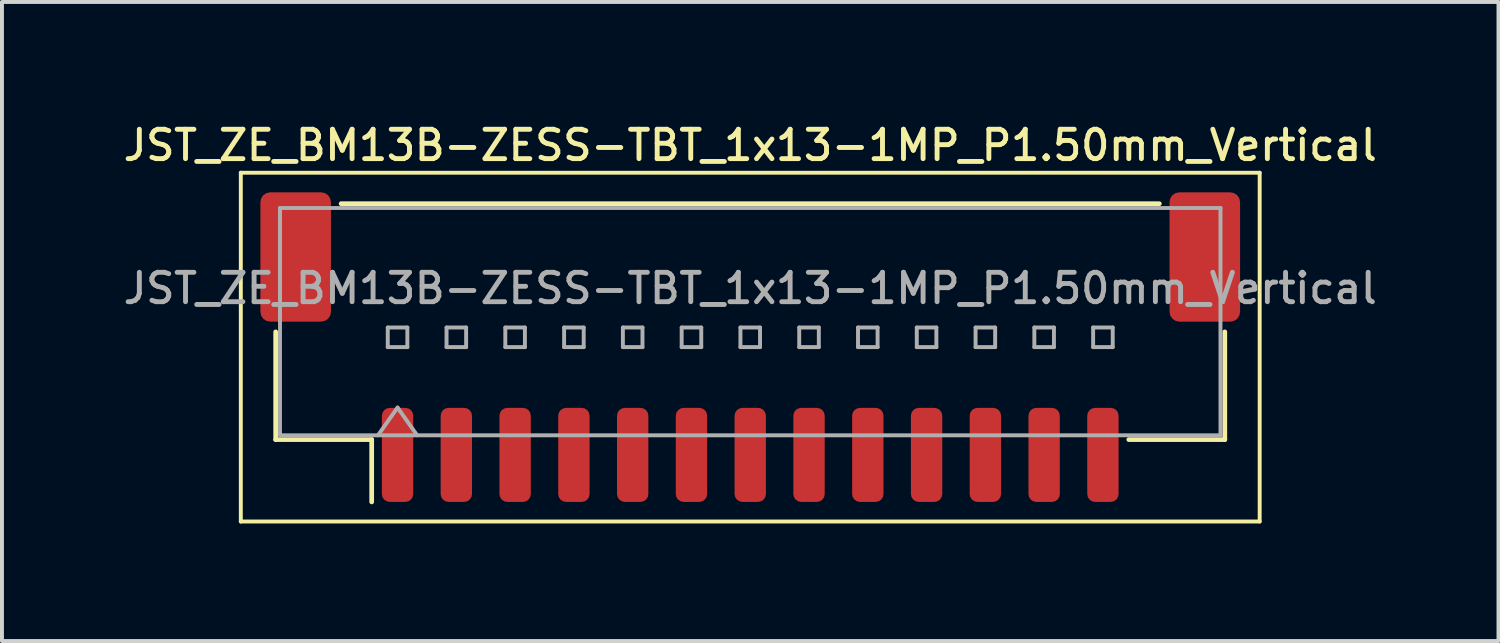
<source format=kicad_pcb>
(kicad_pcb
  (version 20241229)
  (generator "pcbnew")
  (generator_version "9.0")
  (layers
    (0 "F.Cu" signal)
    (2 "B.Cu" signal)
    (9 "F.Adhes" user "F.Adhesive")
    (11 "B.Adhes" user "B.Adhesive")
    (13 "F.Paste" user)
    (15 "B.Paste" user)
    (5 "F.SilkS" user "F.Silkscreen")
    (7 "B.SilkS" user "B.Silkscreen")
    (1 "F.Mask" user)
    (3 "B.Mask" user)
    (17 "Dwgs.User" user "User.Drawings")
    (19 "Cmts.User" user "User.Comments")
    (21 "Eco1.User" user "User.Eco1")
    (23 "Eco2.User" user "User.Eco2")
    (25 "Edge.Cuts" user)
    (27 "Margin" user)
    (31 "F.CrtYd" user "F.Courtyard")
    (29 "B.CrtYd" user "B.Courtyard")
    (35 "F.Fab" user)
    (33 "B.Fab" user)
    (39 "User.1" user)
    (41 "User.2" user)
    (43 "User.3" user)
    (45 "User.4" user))
  (footprint "JST_ZE_BM13B-ZESS-TBT_1x13-1MP_P1.50mm_Vertical"
    (layer "F.Cu")
    (at 16.095 5.808)
    (property "Reference" "JST_ZE_BM13B-ZESS-TBT_1x13-1MP_P1.50mm_Vertical" (at 0 -5.15 0) (layer "F.SilkS") (effects (font (size 0.75 0.75) (thickness 0.125))))
    (attr smd)
    (fp_line (start -13 -4.45) (end -13 4.45) (stroke (width 0.1) (type solid)) (layer "F.SilkS"))
    (fp_line (start -13 4.45) (end 13 4.45) (stroke (width 0.1) (type solid)) (layer "F.SilkS"))
    (fp_line (start -12.11 -0.39) (end -12.11 2.36) (stroke (width 0.12) (type solid)) (layer "F.SilkS"))
    (fp_line (start -12.11 2.36) (end -9.66 2.36) (stroke (width 0.12) (type solid)) (layer "F.SilkS"))
    (fp_line (start -10.44 -3.66) (end 10.44 -3.66) (stroke (width 0.12) (type solid)) (layer "F.SilkS"))
    (fp_line (start -9.66 2.36) (end -9.66 3.95) (stroke (width 0.12) (type solid)) (layer "F.SilkS"))
    (fp_line (start 12.11 -0.39) (end 12.11 2.36) (stroke (width 0.12) (type solid)) (layer "F.SilkS"))
    (fp_line (start 12.11 2.36) (end 9.66 2.36) (stroke (width 0.12) (type solid)) (layer "F.SilkS"))
    (fp_line (start 13 -4.45) (end -13 -4.45) (stroke (width 0.1) (type solid)) (layer "F.SilkS"))
    (fp_line (start 13 4.45) (end 13 -4.45) (stroke (width 0.1) (type solid)) (layer "F.SilkS"))
    (fp_line (start -12 -3.55) (end 12 -3.55) (stroke (width 0.1) (type solid)) (layer "F.Fab"))
    (fp_line (start -12 2.25) (end -12 -3.55) (stroke (width 0.1) (type solid)) (layer "F.Fab"))
    (fp_line (start -12 2.25) (end 12 2.25) (stroke (width 0.1) (type solid)) (layer "F.Fab"))
    (fp_line (start -9.5 2.25) (end -9 1.543) (stroke (width 0.1) (type solid)) (layer "F.Fab"))
    (fp_line (start -9.25 -0.5) (end -9.25 0) (stroke (width 0.1) (type solid)) (layer "F.Fab"))
    (fp_line (start -9.25 0) (end -8.75 0) (stroke (width 0.1) (type solid)) (layer "F.Fab"))
    (fp_line (start -9 1.543) (end -8.5 2.25) (stroke (width 0.1) (type solid)) (layer "F.Fab"))
    (fp_line (start -8.75 -0.5) (end -9.25 -0.5) (stroke (width 0.1) (type solid)) (layer "F.Fab"))
    (fp_line (start -8.75 0) (end -8.75 -0.5) (stroke (width 0.1) (type solid)) (layer "F.Fab"))
    (fp_line (start -7.75 -0.5) (end -7.75 0) (stroke (width 0.1) (type solid)) (layer "F.Fab"))
    (fp_line (start -7.75 0) (end -7.25 0) (stroke (width 0.1) (type solid)) (layer "F.Fab"))
    (fp_line (start -7.25 -0.5) (end -7.75 -0.5) (stroke (width 0.1) (type solid)) (layer "F.Fab"))
    (fp_line (start -7.25 0) (end -7.25 -0.5) (stroke (width 0.1) (type solid)) (layer "F.Fab"))
    (fp_line (start -6.25 -0.5) (end -6.25 0) (stroke (width 0.1) (type solid)) (layer "F.Fab"))
    (fp_line (start -6.25 0) (end -5.75 0) (stroke (width 0.1) (type solid)) (layer "F.Fab"))
    (fp_line (start -5.75 -0.5) (end -6.25 -0.5) (stroke (width 0.1) (type solid)) (layer "F.Fab"))
    (fp_line (start -5.75 0) (end -5.75 -0.5) (stroke (width 0.1) (type solid)) (layer "F.Fab"))
    (fp_line (start -4.75 -0.5) (end -4.75 0) (stroke (width 0.1) (type solid)) (layer "F.Fab"))
    (fp_line (start -4.75 0) (end -4.25 0) (stroke (width 0.1) (type solid)) (layer "F.Fab"))
    (fp_line (start -4.25 -0.5) (end -4.75 -0.5) (stroke (width 0.1) (type solid)) (layer "F.Fab"))
    (fp_line (start -4.25 0) (end -4.25 -0.5) (stroke (width 0.1) (type solid)) (layer "F.Fab"))
    (fp_line (start -3.25 -0.5) (end -3.25 0) (stroke (width 0.1) (type solid)) (layer "F.Fab"))
    (fp_line (start -3.25 0) (end -2.75 0) (stroke (width 0.1) (type solid)) (layer "F.Fab"))
    (fp_line (start -2.75 -0.5) (end -3.25 -0.5) (stroke (width 0.1) (type solid)) (layer "F.Fab"))
    (fp_line (start -2.75 0) (end -2.75 -0.5) (stroke (width 0.1) (type solid)) (layer "F.Fab"))
    (fp_line (start -1.75 -0.5) (end -1.75 0) (stroke (width 0.1) (type solid)) (layer "F.Fab"))
    (fp_line (start -1.75 0) (end -1.25 0) (stroke (width 0.1) (type solid)) (layer "F.Fab"))
    (fp_line (start -1.25 -0.5) (end -1.75 -0.5) (stroke (width 0.1) (type solid)) (layer "F.Fab"))
    (fp_line (start -1.25 0) (end -1.25 -0.5) (stroke (width 0.1) (type solid)) (layer "F.Fab"))
    (fp_line (start -0.25 -0.5) (end -0.25 0) (stroke (width 0.1) (type solid)) (layer "F.Fab"))
    (fp_line (start -0.25 0) (end 0.25 0) (stroke (width 0.1) (type solid)) (layer "F.Fab"))
    (fp_line (start 0.25 -0.5) (end -0.25 -0.5) (stroke (width 0.1) (type solid)) (layer "F.Fab"))
    (fp_line (start 0.25 0) (end 0.25 -0.5) (stroke (width 0.1) (type solid)) (layer "F.Fab"))
    (fp_line (start 1.25 -0.5) (end 1.25 0) (stroke (width 0.1) (type solid)) (layer "F.Fab"))
    (fp_line (start 1.25 0) (end 1.75 0) (stroke (width 0.1) (type solid)) (layer "F.Fab"))
    (fp_line (start 1.75 -0.5) (end 1.25 -0.5) (stroke (width 0.1) (type solid)) (layer "F.Fab"))
    (fp_line (start 1.75 0) (end 1.75 -0.5) (stroke (width 0.1) (type solid)) (layer "F.Fab"))
    (fp_line (start 2.75 -0.5) (end 2.75 0) (stroke (width 0.1) (type solid)) (layer "F.Fab"))
    (fp_line (start 2.75 0) (end 3.25 0) (stroke (width 0.1) (type solid)) (layer "F.Fab"))
    (fp_line (start 3.25 -0.5) (end 2.75 -0.5) (stroke (width 0.1) (type solid)) (layer "F.Fab"))
    (fp_line (start 3.25 0) (end 3.25 -0.5) (stroke (width 0.1) (type solid)) (layer "F.Fab"))
    (fp_line (start 4.25 -0.5) (end 4.25 0) (stroke (width 0.1) (type solid)) (layer "F.Fab"))
    (fp_line (start 4.25 0) (end 4.75 0) (stroke (width 0.1) (type solid)) (layer "F.Fab"))
    (fp_line (start 4.75 -0.5) (end 4.25 -0.5) (stroke (width 0.1) (type solid)) (layer "F.Fab"))
    (fp_line (start 4.75 0) (end 4.75 -0.5) (stroke (width 0.1) (type solid)) (layer "F.Fab"))
    (fp_line (start 5.75 -0.5) (end 5.75 0) (stroke (width 0.1) (type solid)) (layer "F.Fab"))
    (fp_line (start 5.75 0) (end 6.25 0) (stroke (width 0.1) (type solid)) (layer "F.Fab"))
    (fp_line (start 6.25 -0.5) (end 5.75 -0.5) (stroke (width 0.1) (type solid)) (layer "F.Fab"))
    (fp_line (start 6.25 0) (end 6.25 -0.5) (stroke (width 0.1) (type solid)) (layer "F.Fab"))
    (fp_line (start 7.25 -0.5) (end 7.25 0) (stroke (width 0.1) (type solid)) (layer "F.Fab"))
    (fp_line (start 7.25 0) (end 7.75 0) (stroke (width 0.1) (type solid)) (layer "F.Fab"))
    (fp_line (start 7.75 -0.5) (end 7.25 -0.5) (stroke (width 0.1) (type solid)) (layer "F.Fab"))
    (fp_line (start 7.75 0) (end 7.75 -0.5) (stroke (width 0.1) (type solid)) (layer "F.Fab"))
    (fp_line (start 8.75 -0.5) (end 8.75 0) (stroke (width 0.1) (type solid)) (layer "F.Fab"))
    (fp_line (start 8.75 0) (end 9.25 0) (stroke (width 0.1) (type solid)) (layer "F.Fab"))
    (fp_line (start 9.25 -0.5) (end 8.75 -0.5) (stroke (width 0.1) (type solid)) (layer "F.Fab"))
    (fp_line (start 9.25 0) (end 9.25 -0.5) (stroke (width 0.1) (type solid)) (layer "F.Fab"))
    (fp_line (start 12 2.25) (end 12 -3.55) (stroke (width 0.1) (type solid)) (layer "F.Fab"))
    (fp_text user "${REFERENCE}" (at 0 -1.5 0) (layer "F.Fab") (effects (font (size 0.75 0.75) (thickness 0.125))))
    (pad "1" smd roundrect (at -9 2.75) (size 0.8 2.4) (layers "F.Cu" "F.Mask" "F.Paste") (roundrect_rratio 0.25))
    (pad "2" smd roundrect (at -7.5 2.75) (size 0.8 2.4) (layers "F.Cu" "F.Mask" "F.Paste") (roundrect_rratio 0.25))
    (pad "3" smd roundrect (at -6 2.75) (size 0.8 2.4) (layers "F.Cu" "F.Mask" "F.Paste") (roundrect_rratio 0.25))
    (pad "4" smd roundrect (at -4.5 2.75) (size 0.8 2.4) (layers "F.Cu" "F.Mask" "F.Paste") (roundrect_rratio 0.25))
    (pad "5" smd roundrect (at -3 2.75) (size 0.8 2.4) (layers "F.Cu" "F.Mask" "F.Paste") (roundrect_rratio 0.25))
    (pad "6" smd roundrect (at -1.5 2.75) (size 0.8 2.4) (layers "F.Cu" "F.Mask" "F.Paste") (roundrect_rratio 0.25))
    (pad "7" smd roundrect (at 0 2.75) (size 0.8 2.4) (layers "F.Cu" "F.Mask" "F.Paste") (roundrect_rratio 0.25))
    (pad "8" smd roundrect (at 1.5 2.75) (size 0.8 2.4) (layers "F.Cu" "F.Mask" "F.Paste") (roundrect_rratio 0.25))
    (pad "9" smd roundrect (at 3 2.75) (size 0.8 2.4) (layers "F.Cu" "F.Mask" "F.Paste") (roundrect_rratio 0.25))
    (pad "10" smd roundrect (at 4.5 2.75) (size 0.8 2.4) (layers "F.Cu" "F.Mask" "F.Paste") (roundrect_rratio 0.25))
    (pad "11" smd roundrect (at 6 2.75) (size 0.8 2.4) (layers "F.Cu" "F.Mask" "F.Paste") (roundrect_rratio 0.25))
    (pad "12" smd roundrect (at 7.5 2.75) (size 0.8 2.4) (layers "F.Cu" "F.Mask" "F.Paste") (roundrect_rratio 0.25))
    (pad "13" smd roundrect (at 9 2.75) (size 0.8 2.4) (layers "F.Cu" "F.Mask" "F.Paste") (roundrect_rratio 0.25))
    (pad "MP" smd roundrect (at -11.6 -2.3) (size 1.8 3.3) (layers "F.Cu" "F.Mask" "F.Paste") (roundrect_rratio 0.139))
    (pad "MP" smd roundrect (at 11.6 -2.3) (size 1.8 3.3) (layers "F.Cu" "F.Mask" "F.Paste") (roundrect_rratio 0.139)))
  (gr_rect
    (start -3 -3)
    (end 35.189 13.308)
    (stroke (width 0.1) (type default))
    (fill no)
    (layer "Edge.Cuts")))
</source>
